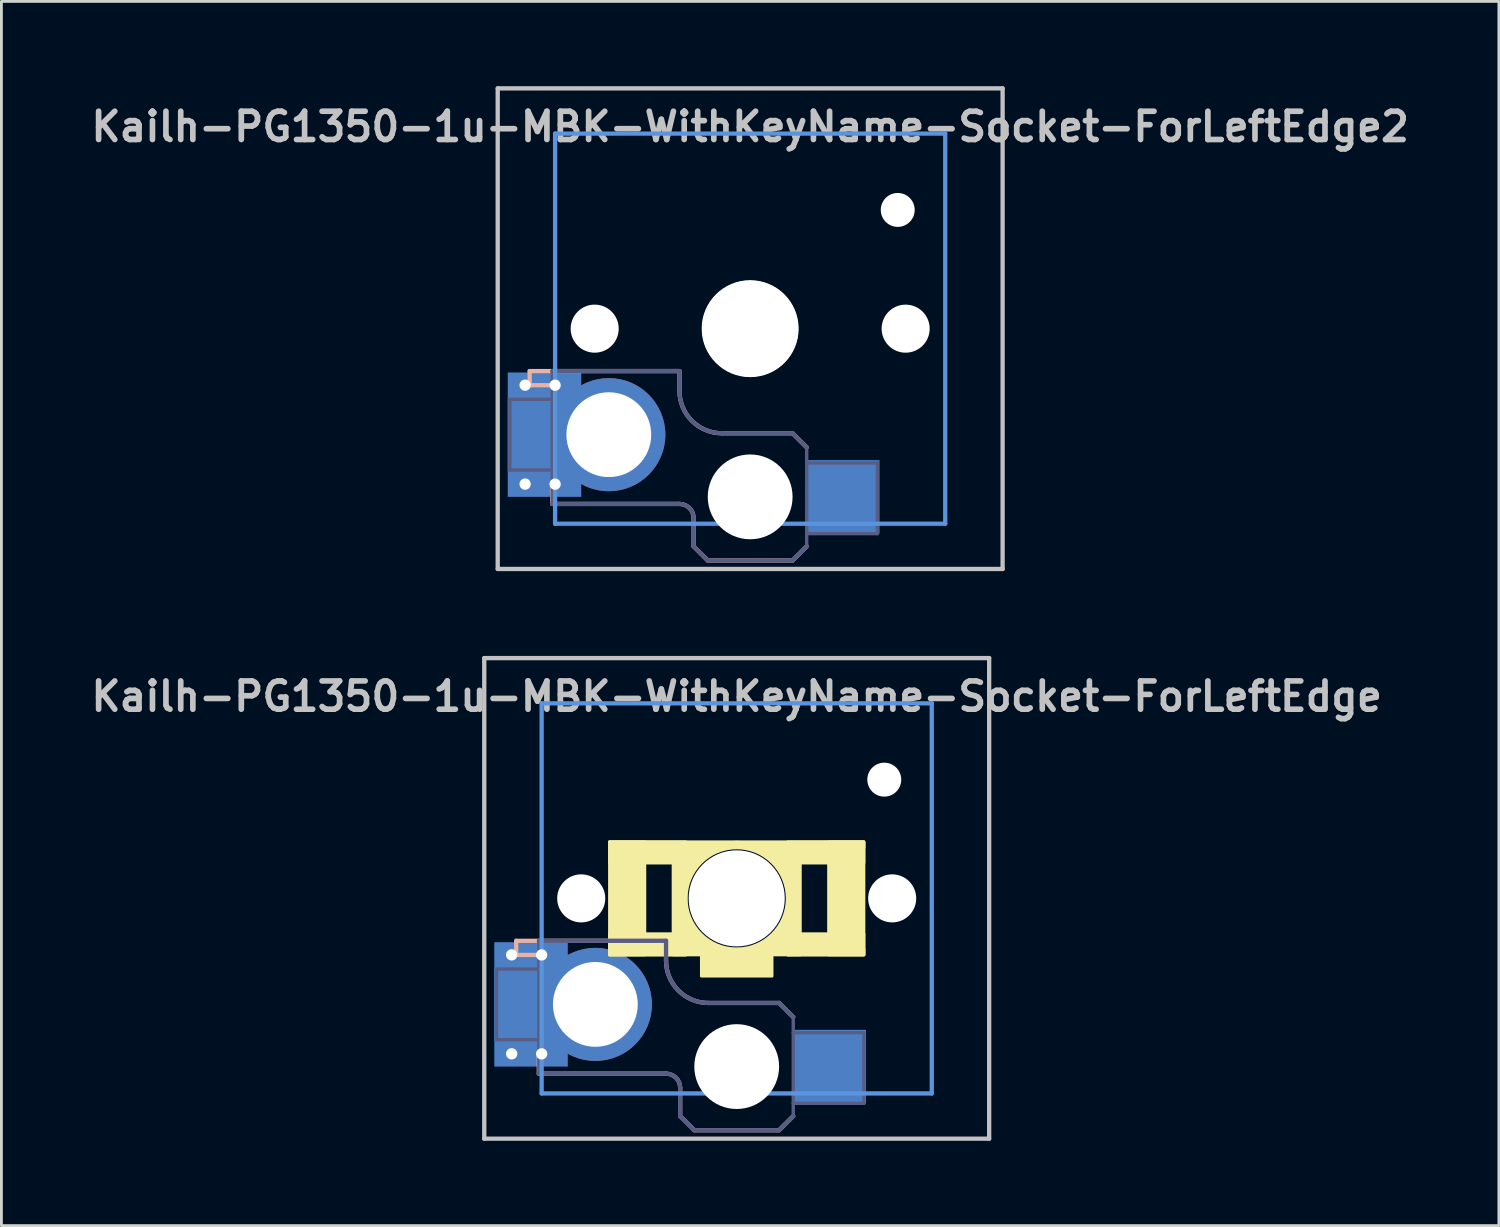
<source format=kicad_pcb>
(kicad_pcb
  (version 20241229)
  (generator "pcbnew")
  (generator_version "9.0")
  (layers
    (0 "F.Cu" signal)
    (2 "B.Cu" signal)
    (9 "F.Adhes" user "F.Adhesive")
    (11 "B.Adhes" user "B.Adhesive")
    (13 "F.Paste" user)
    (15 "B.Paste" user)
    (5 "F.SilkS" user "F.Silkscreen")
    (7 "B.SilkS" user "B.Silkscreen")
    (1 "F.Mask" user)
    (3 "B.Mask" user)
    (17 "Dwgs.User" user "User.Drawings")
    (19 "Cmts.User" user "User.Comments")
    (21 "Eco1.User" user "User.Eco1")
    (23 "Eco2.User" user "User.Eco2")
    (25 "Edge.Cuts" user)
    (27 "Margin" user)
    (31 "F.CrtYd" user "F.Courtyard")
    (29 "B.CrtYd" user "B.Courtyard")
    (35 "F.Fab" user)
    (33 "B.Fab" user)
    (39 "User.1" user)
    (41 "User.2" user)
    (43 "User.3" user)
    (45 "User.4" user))
  (footprint "Kailh-PG1350-1u-MBK-WithKeyName-Socket-ForLeftEdge2"
    (layer "F.Cu")
    (at 23.486 8.576)
    (property "Reference" "Kailh-PG1350-1u-MBK-WithKeyName-Socket-ForLeftEdge2" (at 0 -7.144 180) (layer "Dwgs.User") (effects (font (size 1 1) (thickness 0.2))))
    (attr through_hole)
    (fp_line (start -7.8 1.5) (end -7.8 2) (stroke (width 0.15) (type solid)) (layer "B.SilkS"))
    (fp_line (start -7 2) (end -7.8 2) (stroke (width 0.15) (type solid)) (layer "B.SilkS"))
    (fp_line (start -7 5.6) (end -7 6.2) (stroke (width 0.15) (type solid)) (layer "B.SilkS"))
    (fp_line (start -7 6.2) (end -2.5 6.2) (stroke (width 0.15) (type solid)) (layer "B.SilkS"))
    (fp_line (start -2.5 1.5) (end -7.8 1.5) (stroke (width 0.15) (type solid)) (layer "B.SilkS"))
    (fp_line (start -2.5 2.2) (end -2.5 1.5) (stroke (width 0.15) (type solid)) (layer "B.SilkS"))
    (fp_line (start -2 6.7) (end -2 7.7) (stroke (width 0.15) (type solid)) (layer "B.SilkS"))
    (fp_line (start -1.5 8.2) (end -2 7.7) (stroke (width 0.15) (type solid)) (layer "B.SilkS"))
    (fp_line (start 1.5 3.7) (end -1 3.7) (stroke (width 0.15) (type solid)) (layer "B.SilkS"))
    (fp_line (start 1.5 8.2) (end -1.5 8.2) (stroke (width 0.15) (type solid)) (layer "B.SilkS"))
    (fp_line (start 2 4.2) (end 1.5 3.7) (stroke (width 0.15) (type solid)) (layer "B.SilkS"))
    (fp_line (start 2 7.7) (end 1.5 8.2) (stroke (width 0.15) (type solid)) (layer "B.SilkS"))
    (fp_arc (start -2.5 6.2) (mid -2.146447 6.346447) (end -2 6.7) (stroke (width 0.15) (type solid)) (layer "B.SilkS"))
    (fp_arc (start -1 3.7) (mid -2.06066 3.26066) (end -2.5 2.2) (stroke (width 0.15) (type solid)) (layer "B.SilkS"))
    (fp_line (start -8.93 -8.5) (end 8.93 -8.5) (stroke (width 0.152) (type solid)) (layer "Dwgs.User"))
    (fp_line (start -8.93 8.5) (end -8.93 -8.5) (stroke (width 0.152) (type solid)) (layer "Dwgs.User"))
    (fp_line (start 8.93 -8.5) (end 8.93 8.5) (stroke (width 0.152) (type solid)) (layer "Dwgs.User"))
    (fp_line (start 8.93 8.5) (end -8.93 8.5) (stroke (width 0.152) (type solid)) (layer "Dwgs.User"))
    (fp_line (start -6.9 -6.9) (end 6.9 -6.9) (stroke (width 0.152) (type solid)) (layer "Cmts.User"))
    (fp_line (start -6.9 6.9) (end -6.9 -6.9) (stroke (width 0.152) (type solid)) (layer "Cmts.User"))
    (fp_line (start 6.9 -6.9) (end 6.9 6.9) (stroke (width 0.152) (type solid)) (layer "Cmts.User"))
    (fp_line (start 6.9 6.9) (end -6.9 6.9) (stroke (width 0.152) (type solid)) (layer "Cmts.User"))
    (fp_line (start -7.5 -7.5) (end 7.5 -7.5) (stroke (width 0.152) (type solid)) (layer "Eco2.User"))
    (fp_line (start -7.5 7.5) (end -7.5 -7.5) (stroke (width 0.152) (type solid)) (layer "Eco2.User"))
    (fp_line (start -2.6 -3.1) (end -2.6 -6.3) (stroke (width 0.15) (type solid)) (layer "Eco2.User"))
    (fp_line (start -2.6 -3.1) (end 2.6 -3.1) (stroke (width 0.15) (type solid)) (layer "Eco2.User"))
    (fp_line (start 2.6 -6.3) (end -2.6 -6.3) (stroke (width 0.15) (type solid)) (layer "Eco2.User"))
    (fp_line (start 2.6 -3.1) (end 2.6 -6.3) (stroke (width 0.15) (type solid)) (layer "Eco2.User"))
    (fp_line (start 7.5 -7.5) (end 7.5 7.5) (stroke (width 0.152) (type solid)) (layer "Eco2.User"))
    (fp_line (start 7.5 7.5) (end -7.5 7.5) (stroke (width 0.152) (type solid)) (layer "Eco2.User"))
    (fp_line (start -8.5 2.5) (end -7 2.5) (stroke (width 0.12) (type solid)) (layer "B.Fab"))
    (fp_line (start -8.5 5) (end -8.5 2.5) (stroke (width 0.12) (type solid)) (layer "B.Fab"))
    (fp_line (start -7 1.5) (end -7 6.2) (stroke (width 0.12) (type solid)) (layer "B.Fab"))
    (fp_line (start -7 5) (end -8.5 5) (stroke (width 0.12) (type solid)) (layer "B.Fab"))
    (fp_line (start -7 6.2) (end -2.5 6.2) (stroke (width 0.15) (type solid)) (layer "B.Fab"))
    (fp_line (start -2.5 1.5) (end -7 1.5) (stroke (width 0.15) (type solid)) (layer "B.Fab"))
    (fp_line (start -2.5 2.2) (end -2.5 1.5) (stroke (width 0.15) (type solid)) (layer "B.Fab"))
    (fp_line (start -2 6.7) (end -2 7.7) (stroke (width 0.15) (type solid)) (layer "B.Fab"))
    (fp_line (start -1.5 8.2) (end -2 7.7) (stroke (width 0.15) (type solid)) (layer "B.Fab"))
    (fp_line (start 1.5 3.7) (end -1 3.7) (stroke (width 0.15) (type solid)) (layer "B.Fab"))
    (fp_line (start 1.5 8.2) (end -1.5 8.2) (stroke (width 0.15) (type solid)) (layer "B.Fab"))
    (fp_line (start 2 4.2) (end 1.5 3.7) (stroke (width 0.15) (type solid)) (layer "B.Fab"))
    (fp_line (start 2 4.25) (end 2 7.7) (stroke (width 0.12) (type solid)) (layer "B.Fab"))
    (fp_line (start 2 4.75) (end 4.5 4.75) (stroke (width 0.12) (type solid)) (layer "B.Fab"))
    (fp_line (start 2 7.7) (end 1.5 8.2) (stroke (width 0.15) (type solid)) (layer "B.Fab"))
    (fp_line (start 4.5 4.75) (end 4.5 7.25) (stroke (width 0.12) (type solid)) (layer "B.Fab"))
    (fp_line (start 4.5 7.25) (end 2 7.25) (stroke (width 0.12) (type solid)) (layer "B.Fab"))
    (fp_arc (start -2.5 6.2) (mid -2.146447 6.346447) (end -2 6.7) (stroke (width 0.15) (type solid)) (layer "B.Fab"))
    (fp_arc (start -1 3.7) (mid -2.06066 3.26066) (end -2.5 2.2) (stroke (width 0.15) (type solid)) (layer "B.Fab"))
    (pad "" np_thru_hole circle (at -5.5 0 180) (size 1.7 1.7) (drill 1.7) (layers "*.Cu" "*.Mask"))
    (pad "" np_thru_hole circle (at 0 0 180) (size 3.4 3.4) (drill 3.4) (layers "*.Cu" "*.Mask"))
    (pad "" np_thru_hole circle (at 0 0) (size 3.429 3.429) (drill 3.429) (layers "*.Cu" "*.Mask"))
    (pad "" np_thru_hole circle (at 0 5.95) (size 3 3) (drill 3) (layers "*.Cu" "*.Mask"))
    (pad "" np_thru_hole circle (at 5.22 -4.2 180) (size 1.2 1.2) (drill 1.2) (layers "*.Cu" "*.Mask"))
    (pad "" np_thru_hole circle (at 5.5 0 180) (size 1.7 1.7) (drill 1.7) (layers "*.Cu" "*.Mask"))
    (pad "1" smd rect (at 3.275 5.95) (size 2.6 2.6) (layers "B.Cu" "B.Mask" "B.Paste"))
    (pad "2" thru_hole circle (at -7.96 1.998) (size 0.8 0.8) (drill 0.4) (layers "*.Cu"))
    (pad "2" thru_hole circle (at -7.96 5.498) (size 0.8 0.8) (drill 0.4) (layers "*.Cu"))
    (pad "2" smd rect (at -7.525 3.75) (size 2.1 2.6) (layers "B.Cu" "B.Mask" "B.Paste"))
    (pad "2" smd rect (at -7.275 3.75) (size 2.6 4.4) (layers "B.Cu"))
    (pad "2" thru_hole circle (at -6.9 2) (size 0.8 0.8) (drill 0.4) (layers "*.Cu"))
    (pad "2" thru_hole circle (at -6.9 5.5) (size 0.8 0.8) (drill 0.4) (layers "*.Cu"))
    (pad "2" thru_hole circle (at -5 3.75) (size 4 4) (drill 3) (layers "*.Cu")))
  (footprint "Kailh-PG1350-1u-MBK-WithKeyName-Socket-ForLeftEdge"
    (layer "F.Cu")
    (at 23.01 28.729)
    (property "Reference" "Kailh-PG1350-1u-MBK-WithKeyName-Socket-ForLeftEdge" (at 0 -7.144 180) (layer "Dwgs.User") (effects (font (size 1 1) (thickness 0.2))))
    (attr through_hole)
    (fp_circle (center 0 0) (end 1.887 0) (stroke (width 0.3) (type solid)) (fill no) (layer "F.SilkS"))
    (fp_poly (pts (xy -1.85 0.95) (xy -1 1.8) (xy -1.85 1.8)) (stroke (width 0.12) (type solid)) (fill yes) (layer "F.SilkS"))
    (fp_poly (pts (xy -0.95 -1.75) (xy -1.8 -0.9) (xy -1.8 -1.75)) (stroke (width 0.12) (type solid)) (fill yes) (layer "F.SilkS"))
    (fp_poly (pts (xy 1 1.8) (xy 1.85 0.95) (xy 1.85 1.8)) (stroke (width 0.12) (type solid)) (fill yes) (layer "F.SilkS"))
    (fp_poly (pts (xy 1.8 -0.95) (xy 0.95 -1.8) (xy 1.8 -1.8)) (stroke (width 0.12) (type solid)) (fill yes) (layer "F.SilkS"))
    (fp_poly (pts (xy -3.25 2) (xy -4.5 2) (xy -4.5 -2) (xy -3.25 -2)) (stroke (width 0.1) (type solid)) (fill yes) (layer "F.SilkS"))
    (fp_poly (pts (xy -1.8 -1.25) (xy -4.5 -1.25) (xy -4.5 -2) (xy -1.8 -2)) (stroke (width 0.1) (type solid)) (fill yes) (layer "F.SilkS"))
    (fp_poly (pts (xy -1.8 2) (xy -4.5 2) (xy -4.5 1.25) (xy -1.8 1.25)) (stroke (width 0.1) (type solid)) (fill yes) (layer "F.SilkS"))
    (fp_poly (pts (xy -1.8 2) (xy -2.25 2) (xy -2.25 -1.5) (xy -1.8 -1.5)) (stroke (width 0.1) (type solid)) (fill yes) (layer "F.SilkS"))
    (fp_poly (pts (xy 1.25 2.75) (xy -1.25 2.75) (xy -1.25 2) (xy 1.25 2)) (stroke (width 0.1) (type solid)) (fill yes) (layer "F.SilkS"))
    (fp_poly (pts (xy 2.25 2) (xy 1.8 2) (xy 1.8 -1.5) (xy 2.25 -1.5)) (stroke (width 0.1) (type solid)) (fill yes) (layer "F.SilkS"))
    (fp_poly (pts (xy 4.5 -1.8) (xy -4.5 -1.8) (xy -4.5 -2) (xy 4.5 -2)) (stroke (width 0.1) (type solid)) (fill yes) (layer "F.SilkS"))
    (fp_poly (pts (xy 4.5 -1.25) (xy 1.8 -1.25) (xy 1.8 -2) (xy 4.5 -2)) (stroke (width 0.1) (type solid)) (fill yes) (layer "F.SilkS"))
    (fp_poly (pts (xy 4.5 2) (xy -4.5 2) (xy -4.5 1.8) (xy 4.5 1.8)) (stroke (width 0.1) (type solid)) (fill yes) (layer "F.SilkS"))
    (fp_poly (pts (xy 4.5 2) (xy 1.8 2) (xy 1.8 1.25) (xy 4.5 1.25)) (stroke (width 0.1) (type solid)) (fill yes) (layer "F.SilkS"))
    (fp_poly (pts (xy 4.5 2) (xy 3.25 2) (xy 3.25 -2) (xy 4.5 -2)) (stroke (width 0.1) (type solid)) (fill yes) (layer "F.SilkS"))
    (fp_line (start -7.8 1.5) (end -7.8 2) (stroke (width 0.15) (type solid)) (layer "B.SilkS"))
    (fp_line (start -7 2) (end -7.8 2) (stroke (width 0.15) (type solid)) (layer "B.SilkS"))
    (fp_line (start -7 5.6) (end -7 6.2) (stroke (width 0.15) (type solid)) (layer "B.SilkS"))
    (fp_line (start -7 6.2) (end -2.5 6.2) (stroke (width 0.15) (type solid)) (layer "B.SilkS"))
    (fp_line (start -2.5 1.5) (end -7.8 1.5) (stroke (width 0.15) (type solid)) (layer "B.SilkS"))
    (fp_line (start -2.5 2.2) (end -2.5 1.5) (stroke (width 0.15) (type solid)) (layer "B.SilkS"))
    (fp_line (start -2 6.7) (end -2 7.7) (stroke (width 0.15) (type solid)) (layer "B.SilkS"))
    (fp_line (start -1.5 8.2) (end -2 7.7) (stroke (width 0.15) (type solid)) (layer "B.SilkS"))
    (fp_line (start 1.5 3.7) (end -1 3.7) (stroke (width 0.15) (type solid)) (layer "B.SilkS"))
    (fp_line (start 1.5 8.2) (end -1.5 8.2) (stroke (width 0.15) (type solid)) (layer "B.SilkS"))
    (fp_line (start 2 4.2) (end 1.5 3.7) (stroke (width 0.15) (type solid)) (layer "B.SilkS"))
    (fp_line (start 2 7.7) (end 1.5 8.2) (stroke (width 0.15) (type solid)) (layer "B.SilkS"))
    (fp_arc (start -2.5 6.2) (mid -2.146447 6.346447) (end -2 6.7) (stroke (width 0.15) (type solid)) (layer "B.SilkS"))
    (fp_arc (start -1 3.7) (mid -2.06066 3.26066) (end -2.5 2.2) (stroke (width 0.15) (type solid)) (layer "B.SilkS"))
    (fp_line (start -8.93 -8.5) (end 8.93 -8.5) (stroke (width 0.152) (type solid)) (layer "Dwgs.User"))
    (fp_line (start -8.93 8.5) (end -8.93 -8.5) (stroke (width 0.152) (type solid)) (layer "Dwgs.User"))
    (fp_line (start 8.93 -8.5) (end 8.93 8.5) (stroke (width 0.152) (type solid)) (layer "Dwgs.User"))
    (fp_line (start 8.93 8.5) (end -8.93 8.5) (stroke (width 0.152) (type solid)) (layer "Dwgs.User"))
    (fp_line (start -6.9 -6.9) (end 6.9 -6.9) (stroke (width 0.152) (type solid)) (layer "Cmts.User"))
    (fp_line (start -6.9 6.9) (end -6.9 -6.9) (stroke (width 0.152) (type solid)) (layer "Cmts.User"))
    (fp_line (start 6.9 -6.9) (end 6.9 6.9) (stroke (width 0.152) (type solid)) (layer "Cmts.User"))
    (fp_line (start 6.9 6.9) (end -6.9 6.9) (stroke (width 0.152) (type solid)) (layer "Cmts.User"))
    (fp_line (start -7.5 -7.5) (end 7.5 -7.5) (stroke (width 0.152) (type solid)) (layer "Eco2.User"))
    (fp_line (start -7.5 7.5) (end -7.5 -7.5) (stroke (width 0.152) (type solid)) (layer "Eco2.User"))
    (fp_line (start -2.6 -3.1) (end -2.6 -6.3) (stroke (width 0.15) (type solid)) (layer "Eco2.User"))
    (fp_line (start -2.6 -3.1) (end 2.6 -3.1) (stroke (width 0.15) (type solid)) (layer "Eco2.User"))
    (fp_line (start 2.6 -6.3) (end -2.6 -6.3) (stroke (width 0.15) (type solid)) (layer "Eco2.User"))
    (fp_line (start 2.6 -3.1) (end 2.6 -6.3) (stroke (width 0.15) (type solid)) (layer "Eco2.User"))
    (fp_line (start 7.5 -7.5) (end 7.5 7.5) (stroke (width 0.152) (type solid)) (layer "Eco2.User"))
    (fp_line (start 7.5 7.5) (end -7.5 7.5) (stroke (width 0.152) (type solid)) (layer "Eco2.User"))
    (fp_line (start -8.5 2.5) (end -7 2.5) (stroke (width 0.12) (type solid)) (layer "B.Fab"))
    (fp_line (start -8.5 5) (end -8.5 2.5) (stroke (width 0.12) (type solid)) (layer "B.Fab"))
    (fp_line (start -7 1.5) (end -7 6.2) (stroke (width 0.12) (type solid)) (layer "B.Fab"))
    (fp_line (start -7 5) (end -8.5 5) (stroke (width 0.12) (type solid)) (layer "B.Fab"))
    (fp_line (start -7 6.2) (end -2.5 6.2) (stroke (width 0.15) (type solid)) (layer "B.Fab"))
    (fp_line (start -2.5 1.5) (end -7 1.5) (stroke (width 0.15) (type solid)) (layer "B.Fab"))
    (fp_line (start -2.5 2.2) (end -2.5 1.5) (stroke (width 0.15) (type solid)) (layer "B.Fab"))
    (fp_line (start -2 6.7) (end -2 7.7) (stroke (width 0.15) (type solid)) (layer "B.Fab"))
    (fp_line (start -1.5 8.2) (end -2 7.7) (stroke (width 0.15) (type solid)) (layer "B.Fab"))
    (fp_line (start 1.5 3.7) (end -1 3.7) (stroke (width 0.15) (type solid)) (layer "B.Fab"))
    (fp_line (start 1.5 8.2) (end -1.5 8.2) (stroke (width 0.15) (type solid)) (layer "B.Fab"))
    (fp_line (start 2 4.2) (end 1.5 3.7) (stroke (width 0.15) (type solid)) (layer "B.Fab"))
    (fp_line (start 2 4.25) (end 2 7.7) (stroke (width 0.12) (type solid)) (layer "B.Fab"))
    (fp_line (start 2 4.75) (end 4.5 4.75) (stroke (width 0.12) (type solid)) (layer "B.Fab"))
    (fp_line (start 2 7.7) (end 1.5 8.2) (stroke (width 0.15) (type solid)) (layer "B.Fab"))
    (fp_line (start 4.5 4.75) (end 4.5 7.25) (stroke (width 0.12) (type solid)) (layer "B.Fab"))
    (fp_line (start 4.5 7.25) (end 2 7.25) (stroke (width 0.12) (type solid)) (layer "B.Fab"))
    (fp_arc (start -2.5 6.2) (mid -2.146447 6.346447) (end -2 6.7) (stroke (width 0.15) (type solid)) (layer "B.Fab"))
    (fp_arc (start -1 3.7) (mid -2.06066 3.26066) (end -2.5 2.2) (stroke (width 0.15) (type solid)) (layer "B.Fab"))
    (pad "" np_thru_hole circle (at -5.5 0 180) (size 1.7 1.7) (drill 1.7) (layers "*.Cu" "*.Mask"))
    (pad "" np_thru_hole circle (at 0 0 180) (size 3.4 3.4) (drill 3.4) (layers "*.Cu" "*.Mask"))
    (pad "" np_thru_hole circle (at 0 5.95) (size 3 3) (drill 3) (layers "*.Cu" "*.Mask"))
    (pad "" np_thru_hole circle (at 5.22 -4.2 180) (size 1.2 1.2) (drill 1.2) (layers "*.Cu" "*.Mask"))
    (pad "" np_thru_hole circle (at 5.5 0 180) (size 1.7 1.7) (drill 1.7) (layers "*.Cu" "*.Mask"))
    (pad "1" smd rect (at 3.275 5.95) (size 2.6 2.6) (layers "B.Cu" "B.Mask" "B.Paste"))
    (pad "2" thru_hole circle (at -7.96 1.998) (size 0.8 0.8) (drill 0.4) (layers "*.Cu"))
    (pad "2" thru_hole circle (at -7.96 5.498) (size 0.8 0.8) (drill 0.4) (layers "*.Cu"))
    (pad "2" smd rect (at -7.525 3.75) (size 2.1 2.6) (layers "B.Cu" "B.Mask" "B.Paste"))
    (pad "2" smd rect (at -7.275 3.75) (size 2.6 4.4) (layers "B.Cu"))
    (pad "2" thru_hole circle (at -6.9 2) (size 0.8 0.8) (drill 0.4) (layers "*.Cu"))
    (pad "2" thru_hole circle (at -6.9 5.5) (size 0.8 0.8) (drill 0.4) (layers "*.Cu"))
    (pad "2" thru_hole circle (at -5 3.75) (size 4 4) (drill 3) (layers "*.Cu")))
  (gr_rect
    (start -3 -3)
    (end 49.971 40.305)
    (stroke (width 0.1) (type default))
    (fill no)
    (layer "Edge.Cuts")))
</source>
